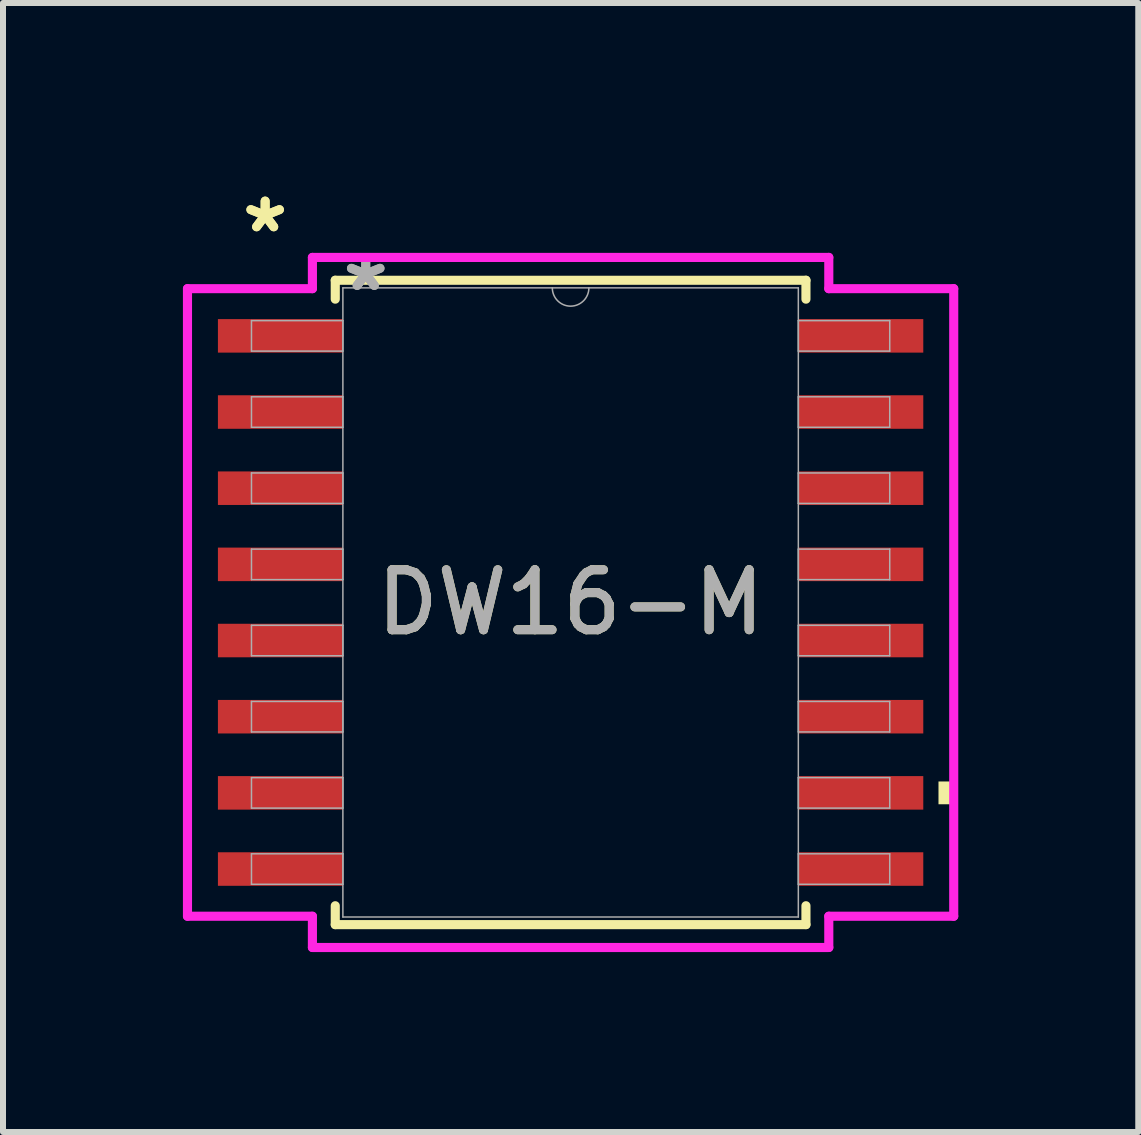
<source format=kicad_pcb>
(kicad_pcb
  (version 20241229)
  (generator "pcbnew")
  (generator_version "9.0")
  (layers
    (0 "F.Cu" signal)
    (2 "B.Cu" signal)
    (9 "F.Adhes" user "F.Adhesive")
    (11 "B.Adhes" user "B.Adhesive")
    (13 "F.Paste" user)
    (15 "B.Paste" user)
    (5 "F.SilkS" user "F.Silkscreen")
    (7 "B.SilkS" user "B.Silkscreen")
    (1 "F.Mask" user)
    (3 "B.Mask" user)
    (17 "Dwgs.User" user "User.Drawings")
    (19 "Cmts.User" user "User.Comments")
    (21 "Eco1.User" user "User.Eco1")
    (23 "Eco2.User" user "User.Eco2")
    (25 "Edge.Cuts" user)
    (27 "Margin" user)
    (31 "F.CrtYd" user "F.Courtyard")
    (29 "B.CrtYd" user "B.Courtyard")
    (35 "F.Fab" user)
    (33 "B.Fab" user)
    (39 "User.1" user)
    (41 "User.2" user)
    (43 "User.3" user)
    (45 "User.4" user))
  (footprint "DW16-M"
    (layer "F.Cu")
    (at 6.464 6.995)
    (property "Reference" "DW16-M" (at 0 0 0) (unlocked yes) (layer "F.SilkS") (effects (font (size 1 1) (thickness 0.15))))
    (attr smd)
    (fp_line (start -3.924 -5.372) (end -3.924 -5.057) (stroke (width 0.152) (type solid)) (layer "F.SilkS"))
    (fp_line (start -3.924 5.057) (end -3.924 5.372) (stroke (width 0.152) (type solid)) (layer "F.SilkS"))
    (fp_line (start -3.924 5.372) (end 3.924 5.372) (stroke (width 0.152) (type solid)) (layer "F.SilkS"))
    (fp_line (start 3.924 -5.372) (end -3.924 -5.372) (stroke (width 0.152) (type solid)) (layer "F.SilkS"))
    (fp_line (start 3.924 -5.057) (end 3.924 -5.372) (stroke (width 0.152) (type solid)) (layer "F.SilkS"))
    (fp_line (start 3.924 5.372) (end 3.924 5.057) (stroke (width 0.152) (type solid)) (layer "F.SilkS"))
    (fp_poly (pts (xy 6.388 2.985) (xy 6.388 3.365) (xy 6.134 3.365) (xy 6.134 2.985)) (stroke (width 0) (type solid)) (fill yes) (layer "F.SilkS"))
    (fp_line (start -6.388 -5.232) (end -4.305 -5.232) (stroke (width 0.152) (type solid)) (layer "F.CrtYd"))
    (fp_line (start -6.388 5.232) (end -6.388 -5.232) (stroke (width 0.152) (type solid)) (layer "F.CrtYd"))
    (fp_line (start -6.388 5.232) (end -4.305 5.232) (stroke (width 0.152) (type solid)) (layer "F.CrtYd"))
    (fp_line (start -4.305 -5.753) (end 4.305 -5.753) (stroke (width 0.152) (type solid)) (layer "F.CrtYd"))
    (fp_line (start -4.305 -5.232) (end -4.305 -5.753) (stroke (width 0.152) (type solid)) (layer "F.CrtYd"))
    (fp_line (start -4.305 5.753) (end -4.305 5.232) (stroke (width 0.152) (type solid)) (layer "F.CrtYd"))
    (fp_line (start 4.305 -5.753) (end 4.305 -5.232) (stroke (width 0.152) (type solid)) (layer "F.CrtYd"))
    (fp_line (start 4.305 5.232) (end 4.305 5.753) (stroke (width 0.152) (type solid)) (layer "F.CrtYd"))
    (fp_line (start 4.305 5.753) (end -4.305 5.753) (stroke (width 0.152) (type solid)) (layer "F.CrtYd"))
    (fp_line (start 6.388 -5.232) (end 4.305 -5.232) (stroke (width 0.152) (type solid)) (layer "F.CrtYd"))
    (fp_line (start 6.388 -5.232) (end 6.388 5.232) (stroke (width 0.152) (type solid)) (layer "F.CrtYd"))
    (fp_line (start 6.388 5.232) (end 4.305 5.232) (stroke (width 0.152) (type solid)) (layer "F.CrtYd"))
    (fp_line (start -5.321 -4.699) (end -5.321 -4.191) (stroke (width 0.025) (type solid)) (layer "F.Fab"))
    (fp_line (start -5.321 -4.191) (end -3.797 -4.191) (stroke (width 0.025) (type solid)) (layer "F.Fab"))
    (fp_line (start -5.321 -3.429) (end -5.321 -2.921) (stroke (width 0.025) (type solid)) (layer "F.Fab"))
    (fp_line (start -5.321 -2.921) (end -3.797 -2.921) (stroke (width 0.025) (type solid)) (layer "F.Fab"))
    (fp_line (start -5.321 -2.159) (end -5.321 -1.651) (stroke (width 0.025) (type solid)) (layer "F.Fab"))
    (fp_line (start -5.321 -1.651) (end -3.797 -1.651) (stroke (width 0.025) (type solid)) (layer "F.Fab"))
    (fp_line (start -5.321 -0.889) (end -5.321 -0.381) (stroke (width 0.025) (type solid)) (layer "F.Fab"))
    (fp_line (start -5.321 -0.381) (end -3.797 -0.381) (stroke (width 0.025) (type solid)) (layer "F.Fab"))
    (fp_line (start -5.321 0.381) (end -5.321 0.889) (stroke (width 0.025) (type solid)) (layer "F.Fab"))
    (fp_line (start -5.321 0.889) (end -3.797 0.889) (stroke (width 0.025) (type solid)) (layer "F.Fab"))
    (fp_line (start -5.321 1.651) (end -5.321 2.159) (stroke (width 0.025) (type solid)) (layer "F.Fab"))
    (fp_line (start -5.321 2.159) (end -3.797 2.159) (stroke (width 0.025) (type solid)) (layer "F.Fab"))
    (fp_line (start -5.321 2.921) (end -5.321 3.429) (stroke (width 0.025) (type solid)) (layer "F.Fab"))
    (fp_line (start -5.321 3.429) (end -3.797 3.429) (stroke (width 0.025) (type solid)) (layer "F.Fab"))
    (fp_line (start -5.321 4.191) (end -5.321 4.699) (stroke (width 0.025) (type solid)) (layer "F.Fab"))
    (fp_line (start -5.321 4.699) (end -3.797 4.699) (stroke (width 0.025) (type solid)) (layer "F.Fab"))
    (fp_line (start -3.797 -5.245) (end -3.797 5.245) (stroke (width 0.025) (type solid)) (layer "F.Fab"))
    (fp_line (start -3.797 -4.699) (end -5.321 -4.699) (stroke (width 0.025) (type solid)) (layer "F.Fab"))
    (fp_line (start -3.797 -4.191) (end -3.797 -4.699) (stroke (width 0.025) (type solid)) (layer "F.Fab"))
    (fp_line (start -3.797 -3.429) (end -5.321 -3.429) (stroke (width 0.025) (type solid)) (layer "F.Fab"))
    (fp_line (start -3.797 -2.921) (end -3.797 -3.429) (stroke (width 0.025) (type solid)) (layer "F.Fab"))
    (fp_line (start -3.797 -2.159) (end -5.321 -2.159) (stroke (width 0.025) (type solid)) (layer "F.Fab"))
    (fp_line (start -3.797 -1.651) (end -3.797 -2.159) (stroke (width 0.025) (type solid)) (layer "F.Fab"))
    (fp_line (start -3.797 -0.889) (end -5.321 -0.889) (stroke (width 0.025) (type solid)) (layer "F.Fab"))
    (fp_line (start -3.797 -0.381) (end -3.797 -0.889) (stroke (width 0.025) (type solid)) (layer "F.Fab"))
    (fp_line (start -3.797 0.381) (end -5.321 0.381) (stroke (width 0.025) (type solid)) (layer "F.Fab"))
    (fp_line (start -3.797 0.889) (end -3.797 0.381) (stroke (width 0.025) (type solid)) (layer "F.Fab"))
    (fp_line (start -3.797 1.651) (end -5.321 1.651) (stroke (width 0.025) (type solid)) (layer "F.Fab"))
    (fp_line (start -3.797 2.159) (end -3.797 1.651) (stroke (width 0.025) (type solid)) (layer "F.Fab"))
    (fp_line (start -3.797 2.921) (end -5.321 2.921) (stroke (width 0.025) (type solid)) (layer "F.Fab"))
    (fp_line (start -3.797 3.429) (end -3.797 2.921) (stroke (width 0.025) (type solid)) (layer "F.Fab"))
    (fp_line (start -3.797 4.191) (end -5.321 4.191) (stroke (width 0.025) (type solid)) (layer "F.Fab"))
    (fp_line (start -3.797 4.699) (end -3.797 4.191) (stroke (width 0.025) (type solid)) (layer "F.Fab"))
    (fp_line (start -3.797 5.245) (end 3.797 5.245) (stroke (width 0.025) (type solid)) (layer "F.Fab"))
    (fp_line (start 3.797 -5.245) (end -3.797 -5.245) (stroke (width 0.025) (type solid)) (layer "F.Fab"))
    (fp_line (start 3.797 -4.699) (end 3.797 -4.191) (stroke (width 0.025) (type solid)) (layer "F.Fab"))
    (fp_line (start 3.797 -4.191) (end 5.321 -4.191) (stroke (width 0.025) (type solid)) (layer "F.Fab"))
    (fp_line (start 3.797 -3.429) (end 3.797 -2.921) (stroke (width 0.025) (type solid)) (layer "F.Fab"))
    (fp_line (start 3.797 -2.921) (end 5.321 -2.921) (stroke (width 0.025) (type solid)) (layer "F.Fab"))
    (fp_line (start 3.797 -2.159) (end 3.797 -1.651) (stroke (width 0.025) (type solid)) (layer "F.Fab"))
    (fp_line (start 3.797 -1.651) (end 5.321 -1.651) (stroke (width 0.025) (type solid)) (layer "F.Fab"))
    (fp_line (start 3.797 -0.889) (end 3.797 -0.381) (stroke (width 0.025) (type solid)) (layer "F.Fab"))
    (fp_line (start 3.797 -0.381) (end 5.321 -0.381) (stroke (width 0.025) (type solid)) (layer "F.Fab"))
    (fp_line (start 3.797 0.381) (end 3.797 0.889) (stroke (width 0.025) (type solid)) (layer "F.Fab"))
    (fp_line (start 3.797 0.889) (end 5.321 0.889) (stroke (width 0.025) (type solid)) (layer "F.Fab"))
    (fp_line (start 3.797 1.651) (end 3.797 2.159) (stroke (width 0.025) (type solid)) (layer "F.Fab"))
    (fp_line (start 3.797 2.159) (end 5.321 2.159) (stroke (width 0.025) (type solid)) (layer "F.Fab"))
    (fp_line (start 3.797 2.921) (end 3.797 3.429) (stroke (width 0.025) (type solid)) (layer "F.Fab"))
    (fp_line (start 3.797 3.429) (end 5.321 3.429) (stroke (width 0.025) (type solid)) (layer "F.Fab"))
    (fp_line (start 3.797 4.191) (end 3.797 4.699) (stroke (width 0.025) (type solid)) (layer "F.Fab"))
    (fp_line (start 3.797 4.699) (end 5.321 4.699) (stroke (width 0.025) (type solid)) (layer "F.Fab"))
    (fp_line (start 3.797 5.245) (end 3.797 -5.245) (stroke (width 0.025) (type solid)) (layer "F.Fab"))
    (fp_line (start 5.321 -4.699) (end 3.797 -4.699) (stroke (width 0.025) (type solid)) (layer "F.Fab"))
    (fp_line (start 5.321 -4.191) (end 5.321 -4.699) (stroke (width 0.025) (type solid)) (layer "F.Fab"))
    (fp_line (start 5.321 -3.429) (end 3.797 -3.429) (stroke (width 0.025) (type solid)) (layer "F.Fab"))
    (fp_line (start 5.321 -2.921) (end 5.321 -3.429) (stroke (width 0.025) (type solid)) (layer "F.Fab"))
    (fp_line (start 5.321 -2.159) (end 3.797 -2.159) (stroke (width 0.025) (type solid)) (layer "F.Fab"))
    (fp_line (start 5.321 -1.651) (end 5.321 -2.159) (stroke (width 0.025) (type solid)) (layer "F.Fab"))
    (fp_line (start 5.321 -0.889) (end 3.797 -0.889) (stroke (width 0.025) (type solid)) (layer "F.Fab"))
    (fp_line (start 5.321 -0.381) (end 5.321 -0.889) (stroke (width 0.025) (type solid)) (layer "F.Fab"))
    (fp_line (start 5.321 0.381) (end 3.797 0.381) (stroke (width 0.025) (type solid)) (layer "F.Fab"))
    (fp_line (start 5.321 0.889) (end 5.321 0.381) (stroke (width 0.025) (type solid)) (layer "F.Fab"))
    (fp_line (start 5.321 1.651) (end 3.797 1.651) (stroke (width 0.025) (type solid)) (layer "F.Fab"))
    (fp_line (start 5.321 2.159) (end 5.321 1.651) (stroke (width 0.025) (type solid)) (layer "F.Fab"))
    (fp_line (start 5.321 2.921) (end 3.797 2.921) (stroke (width 0.025) (type solid)) (layer "F.Fab"))
    (fp_line (start 5.321 3.429) (end 5.321 2.921) (stroke (width 0.025) (type solid)) (layer "F.Fab"))
    (fp_line (start 5.321 4.191) (end 3.797 4.191) (stroke (width 0.025) (type solid)) (layer "F.Fab"))
    (fp_line (start 5.321 4.699) (end 5.321 4.191) (stroke (width 0.025) (type solid)) (layer "F.Fab"))
    (fp_arc (start 0.3048 -5.2451) (mid 0 -4.9403) (end -0.3048 -5.2451) (stroke (width 0.0254) (type solid)) (layer "F.Fab"))
    (fp_text user "*" (at -5.093 -6.147 0) (unlocked yes) (layer "F.SilkS") (effects (font (size 1 1) (thickness 0.15))))
    (fp_text user "*" (at -5.093 -6.147 0) (layer "F.SilkS") (effects (font (size 1 1) (thickness 0.15))))
    (fp_text user "${REFERENCE}" (at 0 0 0) (unlocked yes) (layer "F.Fab") (effects (font (size 1 1) (thickness 0.15))))
    (fp_text user "*" (at -3.416 -5.169 0) (unlocked yes) (layer "F.Fab") (effects (font (size 1 1) (thickness 0.15))))
    (fp_text user "*" (at -3.416 -5.169 0) (layer "F.Fab") (effects (font (size 1 1) (thickness 0.15))))
    (pad "1" smd rect (at -4.839 -4.445) (size 2.083 0.559) (layers "F.Cu" "F.Mask" "F.Paste"))
    (pad "2" smd rect (at -4.839 -3.175) (size 2.083 0.559) (layers "F.Cu" "F.Mask" "F.Paste"))
    (pad "3" smd rect (at -4.839 -1.905) (size 2.083 0.559) (layers "F.Cu" "F.Mask" "F.Paste"))
    (pad "4" smd rect (at -4.839 -0.635) (size 2.083 0.559) (layers "F.Cu" "F.Mask" "F.Paste"))
    (pad "5" smd rect (at -4.839 0.635) (size 2.083 0.559) (layers "F.Cu" "F.Mask" "F.Paste"))
    (pad "6" smd rect (at -4.839 1.905) (size 2.083 0.559) (layers "F.Cu" "F.Mask" "F.Paste"))
    (pad "7" smd rect (at -4.839 3.175) (size 2.083 0.559) (layers "F.Cu" "F.Mask" "F.Paste"))
    (pad "8" smd rect (at -4.839 4.445) (size 2.083 0.559) (layers "F.Cu" "F.Mask" "F.Paste"))
    (pad "9" smd rect (at 4.839 4.445) (size 2.083 0.559) (layers "F.Cu" "F.Mask" "F.Paste"))
    (pad "10" smd rect (at 4.839 3.175) (size 2.083 0.559) (layers "F.Cu" "F.Mask" "F.Paste"))
    (pad "11" smd rect (at 4.839 1.905) (size 2.083 0.559) (layers "F.Cu" "F.Mask" "F.Paste"))
    (pad "12" smd rect (at 4.839 0.635) (size 2.083 0.559) (layers "F.Cu" "F.Mask" "F.Paste"))
    (pad "13" smd rect (at 4.839 -0.635) (size 2.083 0.559) (layers "F.Cu" "F.Mask" "F.Paste"))
    (pad "14" smd rect (at 4.839 -1.905) (size 2.083 0.559) (layers "F.Cu" "F.Mask" "F.Paste"))
    (pad "15" smd rect (at 4.839 -3.175) (size 2.083 0.559) (layers "F.Cu" "F.Mask" "F.Paste"))
    (pad "16" smd rect (at 4.839 -4.445) (size 2.083 0.559) (layers "F.Cu" "F.Mask" "F.Paste")))
  (gr_rect
    (start -3 -3)
    (end 15.929 15.824)
    (stroke (width 0.1) (type default))
    (fill no)
    (layer "Edge.Cuts")))
</source>
